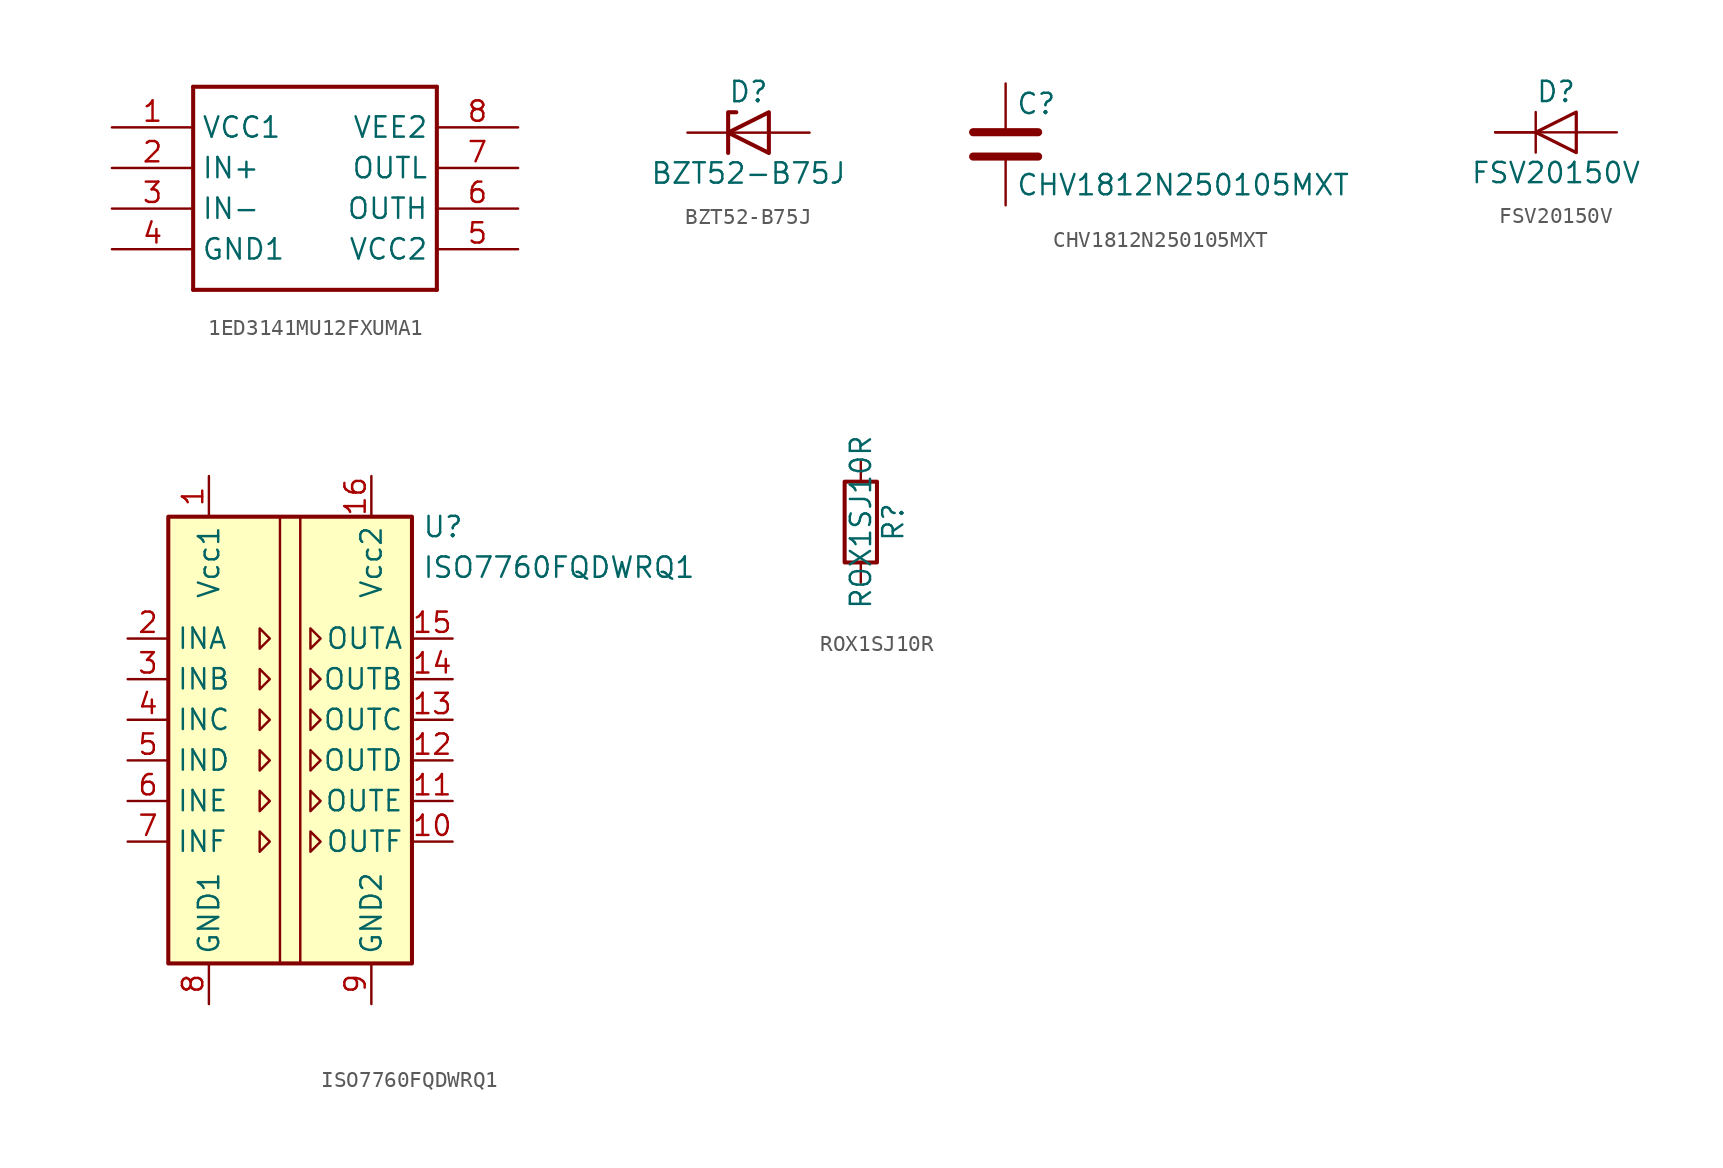
<source format=kicad_sym>
(kicad_symbol_lib
  (version 20231120)
  (generator "kicad_symbol_editor")
  (generator_version "8.0")
  (symbol "1ED3141MU12FXUMA1"
    (property "Reference" ""
      (at -7.366 8.128 0)
      (effects (font (size 1.778 1.511)) (justify left bottom) (hide yes)))
    (symbol "1ED3141MU12FXUMA1_1_0"
      (polyline (pts (xy -7.62 -5.08) (xy 7.62 -5.08)) (stroke (width 0.254) (type solid)) (fill (type none)))
      (polyline (pts (xy -7.62 7.62) (xy -7.62 -5.08)) (stroke (width 0.254) (type solid)) (fill (type none)))
      (polyline (pts (xy 7.62 -5.08) (xy 7.62 7.62)) (stroke (width 0.254) (type solid)) (fill (type none)))
      (polyline (pts (xy 7.62 7.62) (xy -7.62 7.62)) (stroke (width 0.254) (type solid)) (fill (type none)))
      (pin bidirectional line (at -12.7 5.08 0) (length 5.08) (name "VCC1" (effects (font (size 1.27 1.27)))) (number "1" (effects (font (size 1.27 1.27)))))
      (pin bidirectional line (at -12.7 2.54 0) (length 5.08) (name "IN+" (effects (font (size 1.27 1.27)))) (number "2" (effects (font (size 1.27 1.27)))))
      (pin bidirectional line (at -12.7 0 0) (length 5.08) (name "IN-" (effects (font (size 1.27 1.27)))) (number "3" (effects (font (size 1.27 1.27)))))
      (pin bidirectional line (at -12.7 -2.54 0) (length 5.08) (name "GND1" (effects (font (size 1.27 1.27)))) (number "4" (effects (font (size 1.27 1.27)))))
      (pin bidirectional line (at 12.7 -2.54 180) (length 5.08) (name "VCC2" (effects (font (size 1.27 1.27)))) (number "5" (effects (font (size 1.27 1.27)))))
      (pin bidirectional line (at 12.7 0 180) (length 5.08) (name "OUTH" (effects (font (size 1.27 1.27)))) (number "6" (effects (font (size 1.27 1.27)))))
      (pin bidirectional line (at 12.7 2.54 180) (length 5.08) (name "OUTL" (effects (font (size 1.27 1.27)))) (number "7" (effects (font (size 1.27 1.27)))))
      (pin bidirectional line (at 12.7 5.08 180) (length 5.08) (name "VEE2" (effects (font (size 1.27 1.27)))) (number "8" (effects (font (size 1.27 1.27)))))))
  (symbol "BZT52-B75J"
    (pin_numbers hide)
    (pin_names hide)
    (property "Reference" "D"
      (at 0 2.54 0)
      (effects (font (size 1.27 1.27))))
    (property "Value" "BZT52-B75J"
      (at 0 -2.54 0)
      (effects (font (size 1.27 1.27))))
    (symbol "BZT52-B75J_0_1"
      (polyline (pts (xy 1.27 0) (xy -1.27 0)) (stroke (width 0) (type default)) (fill (type none)))
      (polyline (pts (xy -1.27 -1.27) (xy -1.27 1.27) (xy -0.762 1.27)) (stroke (width 0.254) (type default)) (fill (type none)))
      (polyline (pts (xy 1.27 -1.27) (xy 1.27 1.27) (xy -1.27 0) (xy 1.27 -1.27)) (stroke (width 0.254) (type default)) (fill (type none))))
    (symbol "BZT52-B75J_1_1"
      (pin passive line (at -3.81 0 0) (length 2.54) (name "K" (effects (font (size 1.27 1.27)))) (number "1" (effects (font (size 1.27 1.27)))))
      (pin passive line (at 3.81 0 180) (length 2.54) (name "A" (effects (font (size 1.27 1.27)))) (number "2" (effects (font (size 1.27 1.27)))))))
  (symbol "CHV1812N250105MXT"
    (pin_numbers hide)
    (pin_names
      (offset 0.254))
    (property "Reference" "C"
      (at 0.635 2.54 0)
      (effects (font (size 1.27 1.27)) (justify left)))
    (property "Value" "CHV1812N250105MXT"
      (at 0.635 -2.54 0)
      (effects (font (size 1.27 1.27)) (justify left)))
    (symbol "CHV1812N250105MXT_0_1"
      (polyline (pts (xy -2.032 -0.762) (xy 2.032 -0.762)) (stroke (width 0.508) (type default)) (fill (type none)))
      (polyline (pts (xy -2.032 0.762) (xy 2.032 0.762)) (stroke (width 0.508) (type default)) (fill (type none))))
    (symbol "CHV1812N250105MXT_1_1"
      (pin passive line (at 0 3.81 270) (length 2.794) (name "~" (effects (font (size 1.27 1.27)))) (number "1" (effects (font (size 1.27 1.27)))))
      (pin passive line (at 0 -3.81 90) (length 2.794) (name "~" (effects (font (size 1.27 1.27)))) (number "2" (effects (font (size 1.27 1.27)))))))
  (symbol "FSV20150V"
    (pin_numbers hide)
    (pin_names hide)
    (property "Reference" "D"
      (at 0 2.54 0)
      (effects (font (size 1.27 1.27))))
    (property "Value" "FSV20150V"
      (at 0 -2.54 0)
      (effects (font (size 1.27 1.27))))
    (symbol "FSV20150V_0_1"
      (polyline (pts (xy -1.27 -1.27) (xy -1.27 1.27)) (stroke (width 0) (type default)) (fill (type none)))
      (polyline (pts (xy 1.27 0) (xy -1.27 0)) (stroke (width 0) (type default)) (fill (type none)))
      (polyline (pts (xy 1.27 1.27) (xy 1.27 -1.27) (xy -1.27 0) (xy 1.27 1.27)) (stroke (width 0.203) (type default)) (fill (type none))))
    (symbol "FSV20150V_1_0"
      (pin passive line (at 3.81 0 180) (length 2.54) (name "K" (effects (font (size 1.27 1.27)))) (number "3" (effects (font (size 1.27 1.27))))))
    (symbol "FSV20150V_1_1"
      (pin passive line (at -3.81 0 0) (length 2.54) (name "A" (effects (font (size 1.27 1.27)))) (number "1" (effects (font (size 1.27 1.27)))))
      (pin passive line (at -3.81 0 0) (length 2.54) (name "A" (effects (font (size 1.27 1.27)))) (number "2" (effects (font (size 1.27 1.27)))))))
  (symbol "ISO7760FQDWRQ1"
    (property "Reference" "U"
      (at 8.255 14.605 0)
      (effects (font (size 1.27 1.27)) (justify left)))
    (property "Value" "ISO7760FQDWRQ1"
      (at 8.255 12.065 0)
      (effects (font (size 1.27 1.27)) (justify left)))
    (symbol "ISO7760FQDWRQ1_0_1"
      (rectangle (start -7.62 15.24) (end 7.62 -12.7) (stroke (width 0.254) (type default)) (fill (type background)))
      (polyline (pts (xy -0.635 15.24) (xy -0.635 -12.7)) (stroke (width 0) (type default)) (fill (type none)))
      (polyline (pts (xy 0.635 15.24) (xy 0.635 -12.7)) (stroke (width 0) (type default)) (fill (type none)))
      (polyline (pts (xy -1.905 8.255) (xy -1.27 7.62) (xy -1.905 6.985) (xy -1.905 8.255)) (stroke (width 0) (type default)) (fill (type none)))
      (polyline (pts (xy 1.27 8.255) (xy 1.905 7.62) (xy 1.27 6.985) (xy 1.27 8.255)) (stroke (width 0) (type default)) (fill (type none))))
    (symbol "ISO7760FQDWRQ1_1_1"
      (polyline (pts (xy -1.905 -4.445) (xy -1.27 -5.08) (xy -1.905 -5.715) (xy -1.905 -4.445)) (stroke (width 0) (type default)) (fill (type none)))
      (polyline (pts (xy -1.905 -1.905) (xy -1.27 -2.54) (xy -1.905 -3.175) (xy -1.905 -1.905)) (stroke (width 0) (type default)) (fill (type none)))
      (polyline (pts (xy -1.905 0.635) (xy -1.27 0) (xy -1.905 -0.635) (xy -1.905 0.635)) (stroke (width 0) (type default)) (fill (type none)))
      (polyline (pts (xy -1.905 3.175) (xy -1.27 2.54) (xy -1.905 1.905) (xy -1.905 3.175)) (stroke (width 0) (type default)) (fill (type none)))
      (polyline (pts (xy -1.905 5.715) (xy -1.27 5.08) (xy -1.905 4.445) (xy -1.905 5.715)) (stroke (width 0) (type default)) (fill (type none)))
      (polyline (pts (xy 1.27 -4.445) (xy 1.905 -5.08) (xy 1.27 -5.715) (xy 1.27 -4.445)) (stroke (width 0) (type default)) (fill (type none)))
      (polyline (pts (xy 1.27 -1.905) (xy 1.905 -2.54) (xy 1.27 -3.175) (xy 1.27 -1.905)) (stroke (width 0) (type default)) (fill (type none)))
      (polyline (pts (xy 1.27 0.635) (xy 1.905 0) (xy 1.27 -0.635) (xy 1.27 0.635)) (stroke (width 0) (type default)) (fill (type none)))
      (polyline (pts (xy 1.27 3.175) (xy 1.905 2.54) (xy 1.27 1.905) (xy 1.27 3.175)) (stroke (width 0) (type default)) (fill (type none)))
      (polyline (pts (xy 1.27 5.715) (xy 1.905 5.08) (xy 1.27 4.445) (xy 1.27 5.715)) (stroke (width 0) (type default)) (fill (type none)))
      (pin power_in line (at -5.08 17.78 270) (length 2.54) (name "Vcc1" (effects (font (size 1.27 1.27)))) (number "1" (effects (font (size 1.27 1.27)))))
      (pin output line (at 10.16 -5.08 180) (length 2.54) (name "OUTF" (effects (font (size 1.27 1.27)))) (number "10" (effects (font (size 1.27 1.27)))))
      (pin output line (at 10.16 -2.54 180) (length 2.54) (name "OUTE" (effects (font (size 1.27 1.27)))) (number "11" (effects (font (size 1.27 1.27)))))
      (pin output line (at 10.16 0 180) (length 2.54) (name "OUTD" (effects (font (size 1.27 1.27)))) (number "12" (effects (font (size 1.27 1.27)))))
      (pin output line (at 10.16 2.54 180) (length 2.54) (name "OUTC" (effects (font (size 1.27 1.27)))) (number "13" (effects (font (size 1.27 1.27)))))
      (pin output line (at 10.16 5.08 180) (length 2.54) (name "OUTB" (effects (font (size 1.27 1.27)))) (number "14" (effects (font (size 1.27 1.27)))))
      (pin output line (at 10.16 7.62 180) (length 2.54) (name "OUTA" (effects (font (size 1.27 1.27)))) (number "15" (effects (font (size 1.27 1.27)))))
      (pin power_in line (at 5.08 17.78 270) (length 2.54) (name "Vcc2" (effects (font (size 1.27 1.27)))) (number "16" (effects (font (size 1.27 1.27)))))
      (pin input line (at -10.16 7.62 0) (length 2.54) (name "INA" (effects (font (size 1.27 1.27)))) (number "2" (effects (font (size 1.27 1.27)))))
      (pin input line (at -10.16 5.08 0) (length 2.54) (name "INB" (effects (font (size 1.27 1.27)))) (number "3" (effects (font (size 1.27 1.27)))))
      (pin input line (at -10.16 2.54 0) (length 2.54) (name "INC" (effects (font (size 1.27 1.27)))) (number "4" (effects (font (size 1.27 1.27)))))
      (pin input line (at -10.16 0 0) (length 2.54) (name "IND" (effects (font (size 1.27 1.27)))) (number "5" (effects (font (size 1.27 1.27)))))
      (pin input line (at -10.16 -2.54 0) (length 2.54) (name "INE" (effects (font (size 1.27 1.27)))) (number "6" (effects (font (size 1.27 1.27)))))
      (pin input line (at -10.16 -5.08 0) (length 2.54) (name "INF" (effects (font (size 1.27 1.27)))) (number "7" (effects (font (size 1.27 1.27)))))
      (pin power_in line (at -5.08 -15.24 90) (length 2.54) (name "GND1" (effects (font (size 1.27 1.27)))) (number "8" (effects (font (size 1.27 1.27)))))
      (pin power_in line (at 5.08 -15.24 90) (length 2.54) (name "GND2" (effects (font (size 1.27 1.27)))) (number "9" (effects (font (size 1.27 1.27)))))))
  (symbol "ROX1SJ10R"
    (pin_numbers hide)
    (pin_names
      (offset 0))
    (property "Reference" "R"
      (at 2.032 0 90)
      (effects (font (size 1.27 1.27))))
    (property "Value" "ROX1SJ10R"
      (at 0 0 90)
      (effects (font (size 1.27 1.27))))
    (symbol "ROX1SJ10R_0_1"
      (rectangle (start -1.016 -2.54) (end 1.016 2.54) (stroke (width 0.254) (type default)) (fill (type none))))
    (symbol "ROX1SJ10R_1_1"
      (pin passive line (at 0 3.81 270) (length 1.27) (name "~" (effects (font (size 1.27 1.27)))) (number "1" (effects (font (size 1.27 1.27)))))
      (pin passive line (at 0 -3.81 90) (length 1.27) (name "~" (effects (font (size 1.27 1.27)))) (number "2" (effects (font (size 1.27 1.27))))))))
</source>
